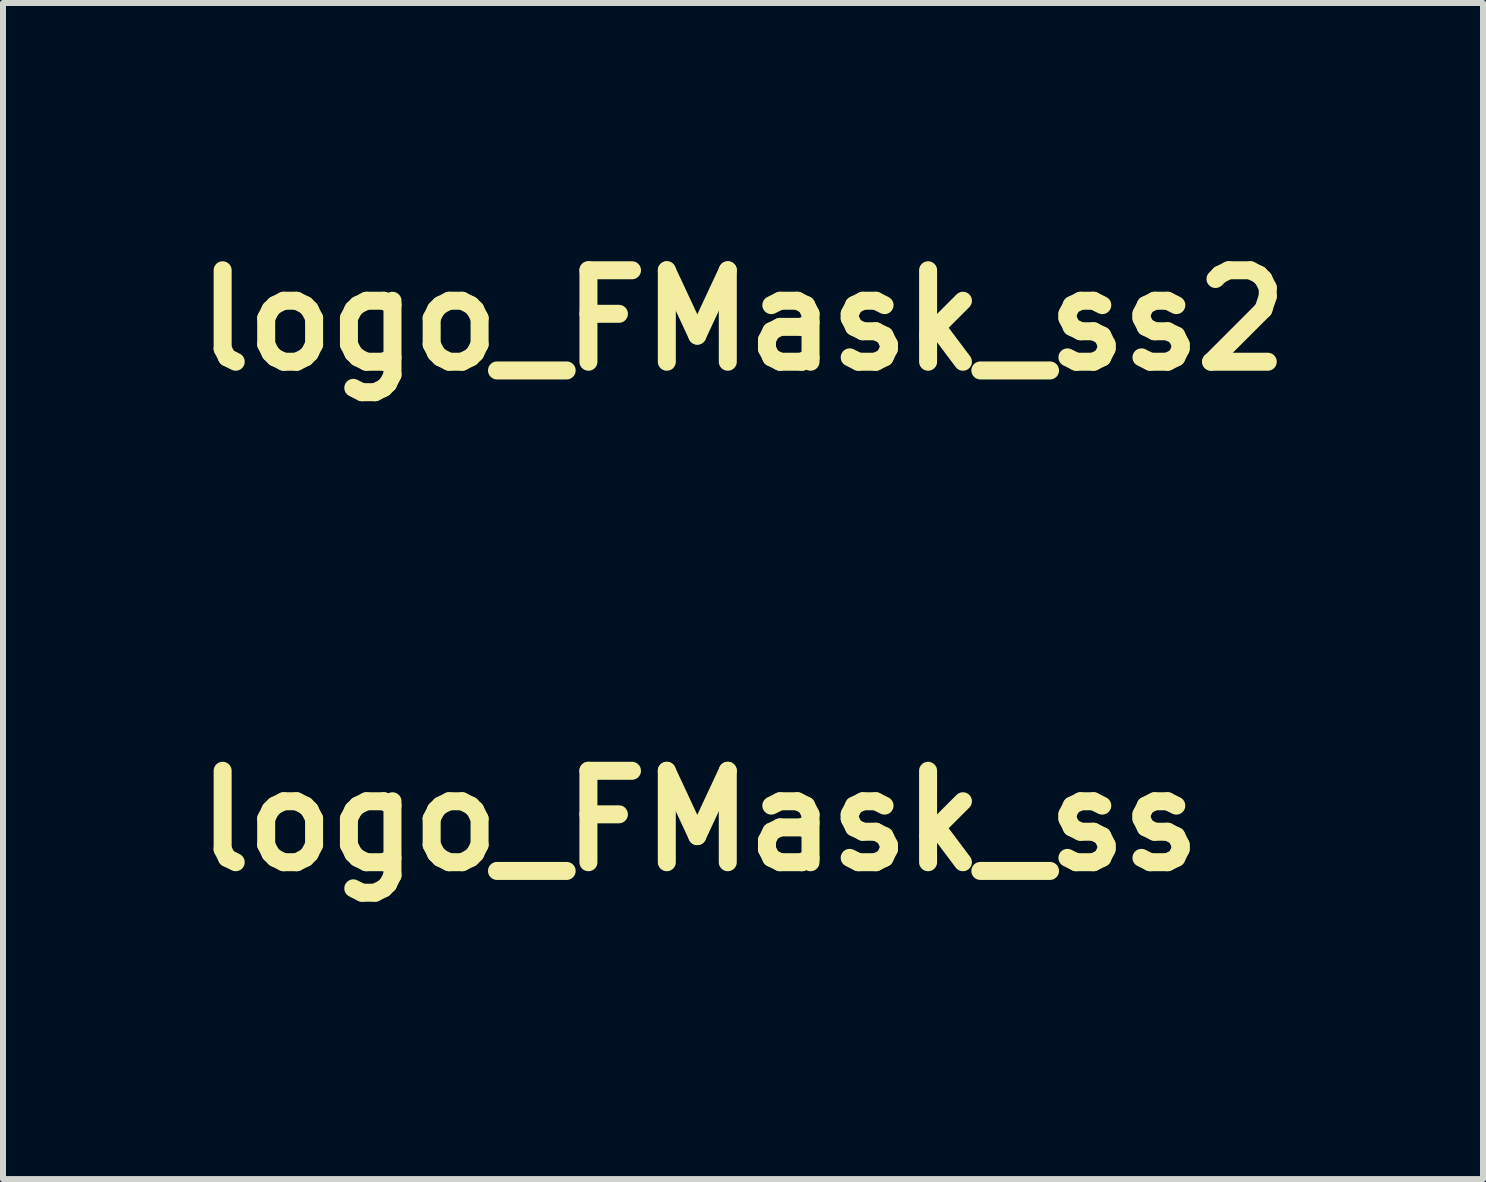
<source format=kicad_pcb>
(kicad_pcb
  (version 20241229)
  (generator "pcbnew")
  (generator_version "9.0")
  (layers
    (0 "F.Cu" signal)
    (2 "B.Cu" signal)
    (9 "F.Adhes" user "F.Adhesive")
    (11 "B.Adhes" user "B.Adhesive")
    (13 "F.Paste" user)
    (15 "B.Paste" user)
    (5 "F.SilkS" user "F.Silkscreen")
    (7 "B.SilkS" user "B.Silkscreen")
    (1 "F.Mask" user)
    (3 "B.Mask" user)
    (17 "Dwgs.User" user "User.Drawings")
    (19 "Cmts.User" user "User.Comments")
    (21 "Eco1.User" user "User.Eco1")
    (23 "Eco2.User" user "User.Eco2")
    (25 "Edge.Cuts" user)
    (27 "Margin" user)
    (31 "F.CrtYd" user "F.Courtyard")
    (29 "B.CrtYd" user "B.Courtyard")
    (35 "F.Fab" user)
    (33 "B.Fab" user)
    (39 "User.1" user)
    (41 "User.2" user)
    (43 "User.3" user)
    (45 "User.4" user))
  (footprint "logo_FMask_ss"
    (layer "F.Cu")
    (at 8.607 10.63)
    (property "Reference" "logo_FMask_ss" (at 0 0 0) (layer "F.SilkS") (effects (font (size 1.524 1.524) (thickness 0.3))))
    (attr through_hole)
    (fp_poly (pts (xy 1.841 -0.699) (xy -1.778 -0.699) (xy -1.778 -1.016) (xy 1.841 -1.016) (xy 1.841 -0.699)) (stroke (width 0.01) (type solid)) (fill yes) (layer "F.Mask"))
    (fp_poly (pts (xy 1.841 -0.254) (xy -1.778 -0.254) (xy -1.778 -0.572) (xy 1.841 -0.572) (xy 1.841 -0.254)) (stroke (width 0.01) (type solid)) (fill yes) (layer "F.Mask"))
    (fp_poly (pts (xy 1.841 0.254) (xy -1.778 0.254) (xy -1.778 -0.064) (xy 1.841 -0.064) (xy 1.841 0.254)) (stroke (width 0.01) (type solid)) (fill yes) (layer "F.Mask"))
    (fp_poly (pts (xy 1.841 0.699) (xy -1.778 0.699) (xy -1.778 0.381) (xy 1.841 0.381) (xy 1.841 0.699)) (stroke (width 0.01) (type solid)) (fill yes) (layer "F.Mask"))
    (fp_poly (pts (xy 1.841 1.143) (xy -1.778 1.143) (xy -1.778 0.826) (xy 1.841 0.826) (xy 1.841 1.143)) (stroke (width 0.01) (type solid)) (fill yes) (layer "F.Mask"))
    (fp_poly (pts (xy 0.936 -1.964) (xy 1.273 -1.843) (xy 1.59 -1.728) (xy 1.858 -1.631) (xy 2.045 -1.563) (xy 2.08 -1.55) (xy 2.349 -1.45) (xy 2.349 0.101) (xy 2.349 1.651) (xy -2.349 1.651) (xy -2.349 -1.143) (xy -1.905 -1.143) (xy -1.905 1.27) (xy 1.968 1.27) (xy 1.968 -1.143) (xy -1.905 -1.143) (xy -2.349 -1.143) (xy -2.349 -1.443) (xy -1.144 -1.86) (xy 0.062 -2.277) (xy 0.936 -1.964)) (stroke (width 0.01) (type solid)) (fill yes) (layer "F.Mask"))
    (fp_poly (pts (xy -2.467 2.169) (xy -2.37 2.205) (xy -2.349 2.254) (xy -2.4 2.338) (xy -2.445 2.349) (xy -2.508 2.387) (xy -2.536 2.514) (xy -2.54 2.635) (xy -2.548 2.814) (xy -2.583 2.898) (xy -2.658 2.921) (xy -2.667 2.921) (xy -2.746 2.902) (xy -2.784 2.825) (xy -2.794 2.656) (xy -2.794 2.635) (xy -2.806 2.447) (xy -2.849 2.361) (xy -2.889 2.349) (xy -2.973 2.299) (xy -2.985 2.254) (xy -2.951 2.194) (xy -2.833 2.165) (xy -2.667 2.159) (xy -2.467 2.169)) (stroke (width 0.01) (type solid)) (fill yes) (layer "F.Mask"))
    (fp_poly (pts (xy -1.644 2.173) (xy -1.605 2.234) (xy -1.59 2.371) (xy -1.587 2.54) (xy -1.592 2.753) (xy -1.612 2.868) (xy -1.658 2.914) (xy -1.714 2.921) (xy -1.821 2.876) (xy -1.841 2.794) (xy -1.886 2.688) (xy -1.968 2.667) (xy -2.075 2.712) (xy -2.095 2.794) (xy -2.135 2.897) (xy -2.191 2.921) (xy -2.246 2.892) (xy -2.276 2.788) (xy -2.286 2.586) (xy -2.286 2.54) (xy -2.279 2.319) (xy -2.253 2.2) (xy -2.202 2.16) (xy -2.191 2.159) (xy -2.113 2.212) (xy -2.095 2.286) (xy -2.051 2.392) (xy -1.968 2.413) (xy -1.862 2.368) (xy -1.841 2.286) (xy -1.797 2.18) (xy -1.714 2.159) (xy -1.644 2.173)) (stroke (width 0.01) (type solid)) (fill yes) (layer "F.Mask"))
    (fp_poly (pts (xy 3.048 -1.951) (xy 3.048 -1.579) (xy 3.045 -1.371) (xy 3.027 -1.26) (xy 2.978 -1.215) (xy 2.881 -1.207) (xy 2.857 -1.206) (xy 2.728 -1.22) (xy 2.676 -1.285) (xy 2.667 -1.422) (xy 2.669 -1.494) (xy 2.667 -1.551) (xy 2.646 -1.599) (xy 2.592 -1.646) (xy 2.491 -1.698) (xy 2.329 -1.763) (xy 2.093 -1.847) (xy 1.767 -1.958) (xy 1.339 -2.102) (xy 1.238 -2.136) (xy 0.032 -2.543) (xy -1.286 -2.089) (xy -2.603 -1.635) (xy -2.603 -1.389) (xy -2.611 -1.23) (xy -2.655 -1.16) (xy -2.771 -1.143) (xy -2.829 -1.143) (xy -3.054 -1.143) (xy -3.035 -1.532) (xy -3.016 -1.92) (xy 0.026 -2.982) (xy 3.048 -1.951)) (stroke (width 0.01) (type solid)) (fill yes) (layer "F.Mask"))
    (fp_poly (pts (xy -0.5 2.13) (xy -0.392 2.2) (xy -0.391 2.282) (xy -0.486 2.34) (xy -0.567 2.349) (xy -0.727 2.385) (xy -0.794 2.476) (xy -0.804 2.634) (xy -0.721 2.717) (xy -0.647 2.725) (xy -0.589 2.709) (xy -0.619 2.688) (xy -0.701 2.617) (xy -0.681 2.537) (xy -0.577 2.483) (xy -0.508 2.477) (xy -0.362 2.501) (xy -0.313 2.583) (xy -0.313 2.588) (xy -0.291 2.602) (xy -0.255 2.54) (xy 0 2.54) (xy 0.023 2.592) (xy 0.042 2.582) (xy 0.05 2.507) (xy 0.042 2.498) (xy 0.005 2.506) (xy 0 2.54) (xy -0.255 2.54) (xy -0.241 2.516) (xy -0.204 2.429) (xy -0.118 2.25) (xy -0.027 2.17) (xy 0.04 2.159) (xy 0.135 2.185) (xy 0.216 2.282) (xy 0.303 2.475) (xy 0.31 2.492) (xy 0.438 2.826) (xy 0.442 2.413) (xy 0.699 2.413) (xy 0.72 2.475) (xy 0.727 2.477) (xy 0.781 2.432) (xy 0.794 2.413) (xy 0.789 2.354) (xy 0.766 2.349) (xy 0.701 2.396) (xy 0.699 2.413) (xy 0.442 2.413) (xy 0.445 2.159) (xy 0.723 2.159) (xy 0.943 2.188) (xy 1.049 2.275) (xy 1.042 2.419) (xy 1.013 2.482) (xy 0.984 2.622) (xy 1.036 2.733) (xy 1.09 2.797) (xy 1.133 2.791) (xy 1.182 2.698) (xy 1.229 2.572) (xy 1.46 2.572) (xy 1.492 2.603) (xy 1.524 2.572) (xy 1.492 2.54) (xy 1.46 2.572) (xy 1.229 2.572) (xy 1.246 2.526) (xy 1.327 2.328) (xy 1.4 2.226) (xy 1.489 2.192) (xy 1.519 2.191) (xy 1.638 2.223) (xy 1.721 2.341) (xy 1.749 2.413) (xy 1.826 2.635) (xy 1.832 2.584) (xy 2.106 2.584) (xy 2.159 2.694) (xy 2.236 2.725) (xy 2.284 2.712) (xy 2.238 2.688) (xy 2.156 2.617) (xy 2.176 2.537) (xy 2.281 2.483) (xy 2.349 2.477) (xy 2.483 2.458) (xy 2.54 2.414) (xy 2.54 2.413) (xy 2.489 2.362) (xy 2.369 2.349) (xy 2.234 2.37) (xy 2.135 2.42) (xy 2.118 2.445) (xy 2.106 2.584) (xy 1.832 2.584) (xy 1.85 2.445) (xy 1.907 2.285) (xy 2.041 2.184) (xy 2.266 2.138) (xy 2.596 2.141) (xy 2.619 2.143) (xy 2.877 2.172) (xy 3.016 2.214) (xy 3.048 2.257) (xy 2.994 2.333) (xy 2.905 2.368) (xy 2.762 2.396) (xy 2.905 2.404) (xy 3.024 2.454) (xy 3.048 2.536) (xy 2.993 2.649) (xy 2.905 2.686) (xy 2.762 2.713) (xy 2.905 2.722) (xy 3.019 2.765) (xy 3.048 2.826) (xy 2.988 2.885) (xy 2.821 2.925) (xy 2.565 2.944) (xy 2.238 2.938) (xy 2.191 2.935) (xy 1.983 2.926) (xy 1.826 2.923) (xy 1.699 2.903) (xy 1.651 2.859) (xy 1.598 2.806) (xy 1.524 2.794) (xy 1.421 2.821) (xy 1.397 2.857) (xy 1.343 2.908) (xy 1.212 2.925) (xy 1.047 2.913) (xy 0.891 2.874) (xy 0.79 2.814) (xy 0.787 2.81) (xy 0.722 2.733) (xy 0.702 2.76) (xy 0.701 2.81) (xy 0.666 2.888) (xy 0.546 2.919) (xy 0.475 2.921) (xy 0.284 2.898) (xy 0.128 2.844) (xy 0.124 2.842) (xy 0.007 2.797) (xy -0.05 2.832) (xy -0.134 2.879) (xy -0.296 2.921) (xy -0.488 2.952) (xy -0.662 2.964) (xy -0.771 2.951) (xy -0.782 2.944) (xy -0.864 2.922) (xy -1.031 2.912) (xy -1.174 2.913) (xy -1.524 2.924) (xy -1.524 2.712) (xy -1.294 2.712) (xy -1.206 2.72) (xy -1.116 2.71) (xy -1.127 2.688) (xy -1.257 2.68) (xy -1.286 2.688) (xy -1.294 2.712) (xy -1.524 2.712) (xy -1.524 2.159) (xy -1.302 2.159) (xy -1.146 2.187) (xy -1.077 2.25) (xy -1.105 2.321) (xy -1.222 2.368) (xy -1.31 2.389) (xy -1.28 2.399) (xy -1.197 2.404) (xy -1.053 2.377) (xy -0.993 2.317) (xy -0.897 2.214) (xy -0.733 2.141) (xy -0.559 2.119) (xy -0.5 2.13)) (stroke (width 0.01) (type solid)) (fill yes) (layer "F.Mask")))
  (footprint "logo_FMask_ss2"
    (layer "F.Cu")
    (at 9.333 2.289)
    (property "Reference" "logo_FMask_ss2" (at 0 0 0) (layer "F.SilkS") (effects (font (size 1.524 1.524) (thickness 0.3))))
    (attr through_hole)
    (fp_poly (pts (xy 1.841 0) (xy -1.778 0) (xy -1.778 -0.318) (xy 1.841 -0.318) (xy 1.841 0)) (stroke (width 0.01) (type solid)) (fill yes) (layer "F.Mask"))
    (fp_poly (pts (xy 1.841 0.445) (xy -1.778 0.445) (xy -1.778 0.127) (xy 1.841 0.127) (xy 1.841 0.445)) (stroke (width 0.01) (type solid)) (fill yes) (layer "F.Mask"))
    (fp_poly (pts (xy 1.841 0.953) (xy -1.778 0.953) (xy -1.778 0.635) (xy 1.841 0.635) (xy 1.841 0.953)) (stroke (width 0.01) (type solid)) (fill yes) (layer "F.Mask"))
    (fp_poly (pts (xy 1.841 1.397) (xy -1.778 1.397) (xy -1.778 1.079) (xy 1.841 1.079) (xy 1.841 1.397)) (stroke (width 0.01) (type solid)) (fill yes) (layer "F.Mask"))
    (fp_poly (pts (xy 1.841 1.841) (xy -1.778 1.841) (xy -1.778 1.524) (xy 1.841 1.524) (xy 1.841 1.841)) (stroke (width 0.01) (type solid)) (fill yes) (layer "F.Mask"))
    (fp_poly (pts (xy 0.936 -1.265) (xy 1.273 -1.144) (xy 1.59 -1.03) (xy 1.858 -0.933) (xy 2.045 -0.864) (xy 2.08 -0.852) (xy 2.349 -0.751) (xy 2.349 0.799) (xy 2.349 2.349) (xy -2.349 2.349) (xy -2.349 -0.445) (xy -1.905 -0.445) (xy -1.905 1.968) (xy 1.968 1.968) (xy 1.968 -0.445) (xy -1.905 -0.445) (xy -2.349 -0.445) (xy -2.349 -0.744) (xy -1.144 -1.161) (xy 0.062 -1.578) (xy 0.936 -1.265)) (stroke (width 0.01) (type solid)) (fill yes) (layer "F.Mask"))
    (fp_poly (pts (xy 3.048 -1.253) (xy 3.048 -0.88) (xy 3.045 -0.673) (xy 3.027 -0.561) (xy 2.978 -0.517) (xy 2.881 -0.508) (xy 2.857 -0.508) (xy 2.728 -0.521) (xy 2.676 -0.586) (xy 2.667 -0.723) (xy 2.669 -0.796) (xy 2.667 -0.853) (xy 2.646 -0.901) (xy 2.592 -0.948) (xy 2.491 -1) (xy 2.329 -1.064) (xy 2.093 -1.149) (xy 1.767 -1.259) (xy 1.339 -1.403) (xy 1.238 -1.437) (xy 0.032 -1.844) (xy -1.286 -1.391) (xy -2.603 -0.937) (xy -2.603 -0.691) (xy -2.611 -0.531) (xy -2.655 -0.462) (xy -2.771 -0.445) (xy -2.829 -0.445) (xy -3.054 -0.445) (xy -3.035 -0.833) (xy -3.016 -1.222) (xy 0.026 -2.284) (xy 3.048 -1.253)) (stroke (width 0.01) (type solid)) (fill yes) (layer "F.Mask")))
  (gr_rect
    (start -3 -3)
    (end 21.665 16.6)
    (stroke (width 0.1) (type default))
    (fill no)
    (layer "Edge.Cuts")))
</source>
